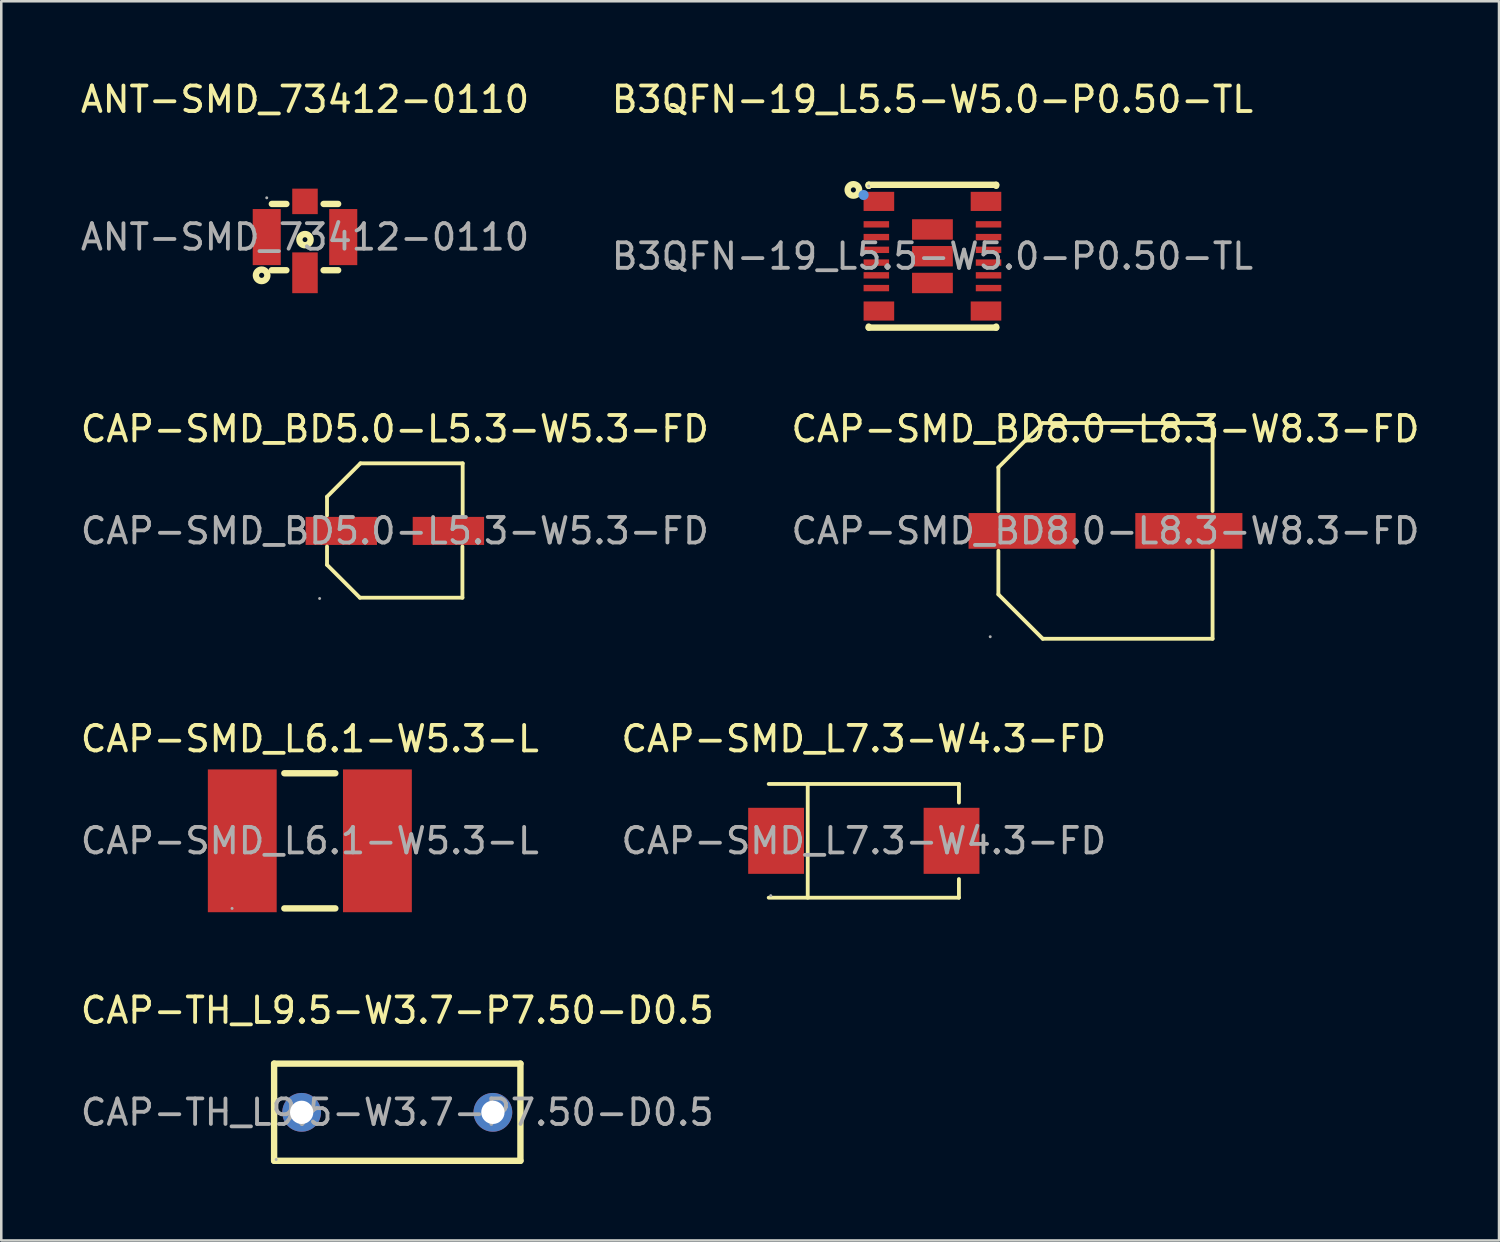
<source format=kicad_pcb>
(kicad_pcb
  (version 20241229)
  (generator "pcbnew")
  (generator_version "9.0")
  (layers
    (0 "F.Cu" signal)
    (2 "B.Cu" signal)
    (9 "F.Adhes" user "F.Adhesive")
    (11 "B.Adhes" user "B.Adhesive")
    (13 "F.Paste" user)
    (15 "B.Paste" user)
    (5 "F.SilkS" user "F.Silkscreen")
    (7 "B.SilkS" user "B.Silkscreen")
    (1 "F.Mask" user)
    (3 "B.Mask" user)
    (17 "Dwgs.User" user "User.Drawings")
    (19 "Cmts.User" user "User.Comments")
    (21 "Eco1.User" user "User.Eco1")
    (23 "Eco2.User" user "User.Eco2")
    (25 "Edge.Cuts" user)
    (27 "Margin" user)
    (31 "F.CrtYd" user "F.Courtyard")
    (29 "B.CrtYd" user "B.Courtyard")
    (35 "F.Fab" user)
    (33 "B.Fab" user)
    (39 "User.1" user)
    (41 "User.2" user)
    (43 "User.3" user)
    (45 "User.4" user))
  (footprint "CAP-SMD_BD8.0-L8.3-W8.3-FD"
    (layer "F.Cu")
    (at 40.304 17.771)
    (property "Reference" "CAP-SMD_BD8.0-L8.3-W8.3-FD" (at 0 -4 0) (layer "F.SilkS") (effects (font (size 1 1) (thickness 0.15))))
    (attr smd)
    (fp_line (start -4.2 -2.49) (end -4.2 -0.78) (stroke (width 0.15) (type solid)) (layer "F.SilkS"))
    (fp_line (start -4.2 2.49) (end -4.2 0.78) (stroke (width 0.15) (type solid)) (layer "F.SilkS"))
    (fp_line (start -2.46 -4.23) (end -4.2 -2.49) (stroke (width 0.15) (type solid)) (layer "F.SilkS"))
    (fp_line (start -2.46 4.23) (end -4.2 2.49) (stroke (width 0.15) (type solid)) (layer "F.SilkS"))
    (fp_line (start 4.2 -4.23) (end -2.46 -4.23) (stroke (width 0.15) (type solid)) (layer "F.SilkS"))
    (fp_line (start 4.2 -0.78) (end 4.2 -4.23) (stroke (width 0.15) (type solid)) (layer "F.SilkS"))
    (fp_line (start 4.2 0.78) (end 4.2 4.23) (stroke (width 0.15) (type solid)) (layer "F.SilkS"))
    (fp_line (start 4.2 4.23) (end -2.46 4.23) (stroke (width 0.15) (type solid)) (layer "F.SilkS"))
    (fp_circle (center -4.52 4.15) (end -4.49 4.15) (stroke (width 0.06) (type solid)) (fill no) (layer "F.Fab"))
    (fp_text user "${REFERENCE}" (at 0 0 0) (layer "F.Fab") (effects (font (size 1 1) (thickness 0.15))))
    (pad "1" smd rect (at -3.27 0) (size 4.2 1.4) (layers "F.Cu" "F.Mask" "F.Paste"))
    (pad "2" smd rect (at 3.27 0) (size 4.2 1.4) (layers "F.Cu" "F.Mask" "F.Paste")))
  (footprint "CAP-SMD_BD5.0-L5.3-W5.3-FD"
    (layer "F.Cu")
    (at 12.435 17.771)
    (property "Reference" "CAP-SMD_BD5.0-L5.3-W5.3-FD" (at 0 -4 0) (layer "F.SilkS") (effects (font (size 1 1) (thickness 0.15))))
    (attr smd)
    (fp_line (start -2.66 -1.34) (end -2.66 -0.61) (stroke (width 0.15) (type solid)) (layer "F.SilkS"))
    (fp_line (start -2.66 1.33) (end -2.66 0.61) (stroke (width 0.15) (type solid)) (layer "F.SilkS"))
    (fp_line (start -1.37 2.62) (end -2.66 1.33) (stroke (width 0.15) (type solid)) (layer "F.SilkS"))
    (fp_line (start -1.35 -2.65) (end -2.66 -1.34) (stroke (width 0.15) (type solid)) (layer "F.SilkS"))
    (fp_line (start 2.65 0.61) (end 2.65 2.62) (stroke (width 0.15) (type solid)) (layer "F.SilkS"))
    (fp_line (start 2.65 2.62) (end -1.37 2.62) (stroke (width 0.15) (type solid)) (layer "F.SilkS"))
    (fp_line (start 2.66 -2.65) (end -1.35 -2.65) (stroke (width 0.15) (type solid)) (layer "F.SilkS"))
    (fp_line (start 2.66 -0.61) (end 2.66 -2.65) (stroke (width 0.15) (type solid)) (layer "F.SilkS"))
    (fp_circle (center -2.95 2.65) (end -2.92 2.65) (stroke (width 0.06) (type solid)) (fill no) (layer "F.Fab"))
    (fp_text user "${REFERENCE}" (at 0 0 0) (layer "F.Fab") (effects (font (size 1 1) (thickness 0.15))))
    (pad "1" smd rect (at -2.1 0) (size 2.8 1.1) (layers "F.Cu" "F.Mask" "F.Paste"))
    (pad "2" smd rect (at 2.1 0) (size 2.8 1.1) (layers "F.Cu" "F.Mask" "F.Paste")))
  (footprint "CAP-TH_L9.5-W3.7-P7.50-D0.5"
    (layer "F.Cu")
    (at 12.53 40.573)
    (property "Reference" "CAP-TH_L9.5-W3.7-P7.50-D0.5" (at 0 -4 0) (layer "F.SilkS") (effects (font (size 1 1) (thickness 0.15))))
    (attr through_hole)
    (fp_line (start -4.83 -1.91) (end -4.83 1.9) (stroke (width 0.25) (type solid)) (layer "F.SilkS"))
    (fp_line (start -4.83 1.9) (end 4.83 1.9) (stroke (width 0.25) (type solid)) (layer "F.SilkS"))
    (fp_line (start 4.83 -1.91) (end -4.83 -1.91) (stroke (width 0.25) (type solid)) (layer "F.SilkS"))
    (fp_line (start 4.83 1.9) (end 4.83 -1.91) (stroke (width 0.25) (type solid)) (layer "F.SilkS"))
    (fp_circle (center -4.75 1.85) (end -4.72 1.85) (stroke (width 0.06) (type solid)) (fill no) (layer "F.Fab"))
    (fp_circle (center -3.75 0) (end -3.63 0) (stroke (width 0.25) (type solid)) (fill no) (layer "F.Fab"))
    (fp_circle (center 3.75 0) (end 3.87 0) (stroke (width 0.25) (type solid)) (fill no) (layer "F.Fab"))
    (fp_text user "${REFERENCE}" (at 0 0 0) (layer "F.Fab") (effects (font (size 1 1) (thickness 0.15))))
    (pad "1" thru_hole circle (at -3.75 0) (size 1.52 1.52) (drill 0.914) (layers "*.Cu" "*.Mask"))
    (pad "2" thru_hole circle (at 3.75 0) (size 1.52 1.52) (drill 0.914) (layers "*.Cu" "*.Mask")))
  (footprint "CAP-SMD_L7.3-W4.3-FD"
    (layer "F.Cu")
    (at 30.827 29.925)
    (property "Reference" "CAP-SMD_L7.3-W4.3-FD" (at 0 -4 0) (layer "F.SilkS") (effects (font (size 1 1) (thickness 0.15))))
    (attr smd)
    (fp_line (start -3.73 -2.23) (end 3.73 -2.23) (stroke (width 0.15) (type solid)) (layer "F.SilkS"))
    (fp_line (start -3.73 2.23) (end 3.73 2.23) (stroke (width 0.15) (type solid)) (layer "F.SilkS"))
    (fp_line (start -2.2 -2.23) (end -2.2 2.23) (stroke (width 0.15) (type solid)) (layer "F.SilkS"))
    (fp_line (start 3.73 -2.23) (end 3.73 -1.5) (stroke (width 0.15) (type solid)) (layer "F.SilkS"))
    (fp_line (start 3.73 2.23) (end 3.73 1.5) (stroke (width 0.15) (type solid)) (layer "F.SilkS"))
    (fp_circle (center -3.65 2.15) (end -3.62 2.15) (stroke (width 0.06) (type solid)) (fill no) (layer "F.Fab"))
    (fp_text user "${REFERENCE}" (at 0 0 0) (layer "F.Fab") (effects (font (size 1 1) (thickness 0.15))))
    (pad "1" smd rect (at -3.44 0 180) (size 2.19 2.59) (layers "F.Cu" "F.Mask" "F.Paste"))
    (pad "2" smd rect (at 3.44 0 180) (size 2.19 2.59) (layers "F.Cu" "F.Mask" "F.Paste")))
  (footprint "ANT-SMD_73412-0110"
    (layer "F.Cu")
    (at 8.911 6.248)
    (property "Reference" "ANT-SMD_73412-0110" (at 0 -5.4 0) (layer "F.SilkS") (effects (font (size 1 1) (thickness 0.15))))
    (attr smd)
    (fp_line (start -1.3 -1.3) (end -0.73 -1.3) (stroke (width 0.25) (type solid)) (layer "F.SilkS"))
    (fp_line (start -0.73 1.3) (end -1.3 1.3) (stroke (width 0.25) (type solid)) (layer "F.SilkS"))
    (fp_line (start 0.73 -1.3) (end 1.3 -1.3) (stroke (width 0.25) (type solid)) (layer "F.SilkS"))
    (fp_line (start 1.3 1.3) (end 0.73 1.3) (stroke (width 0.25) (type solid)) (layer "F.SilkS"))
    (fp_circle (center -1.7 1.5) (end -1.6 1.5) (stroke (width 0.25) (type solid)) (fill no) (layer "F.SilkS"))
    (fp_circle (center 0 0.1) (end 0.22 0.1) (stroke (width 0.25) (type solid)) (fill no) (layer "F.SilkS"))
    (fp_circle (center -1.5 -1.54) (end -1.47 -1.54) (stroke (width 0.06) (type solid)) (fill no) (layer "F.Fab"))
    (fp_text user "${REFERENCE}" (at 0 0 0) (layer "F.Fab") (effects (font (size 1 1) (thickness 0.15))))
    (pad "1" smd rect (at -1.5 0 270) (size 2.2 1.1) (layers "F.Cu" "F.Mask" "F.Paste"))
    (pad "2" smd rect (at 0 1.4 270) (size 1.6 1) (layers "F.Cu" "F.Mask" "F.Paste"))
    (pad "3" smd rect (at 1.5 0 270) (size 2.2 1.1) (layers "F.Cu" "F.Mask" "F.Paste"))
    (pad "4" smd rect (at 0 -1.4 270) (size 1 1) (layers "F.Cu" "F.Mask" "F.Paste")))
  (footprint "CAP-SMD_L6.1-W5.3-L"
    (layer "F.Cu")
    (at 9.101 29.925)
    (property "Reference" "CAP-SMD_L6.1-W5.3-L" (at 0 -4 0) (layer "F.SilkS") (effects (font (size 1 1) (thickness 0.15))))
    (attr smd)
    (fp_line (start -1 -2.65) (end 1 -2.65) (stroke (width 0.25) (type solid)) (layer "F.SilkS"))
    (fp_line (start -1 2.65) (end 1 2.65) (stroke (width 0.25) (type solid)) (layer "F.SilkS"))
    (fp_circle (center -3.05 2.65) (end -3.02 2.65) (stroke (width 0.06) (type solid)) (fill no) (layer "F.Fab"))
    (fp_text user "${REFERENCE}" (at 0 0 0) (layer "F.Fab") (effects (font (size 1 1) (thickness 0.15))))
    (pad "1" smd rect (at -2.65 0) (size 2.7 5.6) (layers "F.Cu" "F.Mask" "F.Paste"))
    (pad "2" smd rect (at 2.65 0) (size 2.7 5.6) (layers "F.Cu" "F.Mask" "F.Paste")))
  (footprint "B3QFN-19_L5.5-W5.0-P0.50-TL"
    (layer "F.Cu")
    (at 33.518 6.998)
    (property "Reference" "B3QFN-19_L5.5-W5.0-P0.50-TL" (at 0 -6.15 0) (layer "F.SilkS") (effects (font (size 1 1) (thickness 0.15))))
    (attr smd)
    (fp_line (start -2.5 -2.8) (end 2.5 -2.8) (stroke (width 0.25) (type solid)) (layer "F.SilkS"))
    (fp_line (start -2.5 -2.76) (end -2.5 -2.8) (stroke (width 0.25) (type solid)) (layer "F.SilkS"))
    (fp_line (start -2.5 -2.76) (end -2.5 -2.8) (stroke (width 0.25) (type solid)) (layer "F.SilkS"))
    (fp_line (start -2.5 2.8) (end -2.5 2.76) (stroke (width 0.25) (type solid)) (layer "F.SilkS"))
    (fp_line (start 2.5 -2.8) (end 2.5 -2.76) (stroke (width 0.25) (type solid)) (layer "F.SilkS"))
    (fp_line (start 2.5 2.76) (end 2.5 2.8) (stroke (width 0.25) (type solid)) (layer "F.SilkS"))
    (fp_line (start 2.5 2.8) (end -2.5 2.8) (stroke (width 0.25) (type solid)) (layer "F.SilkS"))
    (fp_circle (center -3.1 -2.6) (end -3 -2.6) (stroke (width 0.25) (type solid)) (fill no) (layer "F.SilkS"))
    (fp_circle (center -2.7 -2.4) (end -2.6 -2.4) (stroke (width 0.2) (type solid)) (fill no) (layer "Cmts.User"))
    (fp_circle (center -2.5 -2.75) (end -2.47 -2.75) (stroke (width 0.06) (type solid)) (fill no) (layer "F.Fab"))
    (fp_text user "${REFERENCE}" (at 0 0 0) (layer "F.Fab") (effects (font (size 1 1) (thickness 0.15))))
    (pad "1" smd rect (at -2.1 -2.15) (size 1.2 0.75) (layers "F.Cu" "F.Mask" "F.Paste"))
    (pad "2" smd rect (at -2.2 -1.25) (size 1 0.25) (layers "F.Cu" "F.Mask" "F.Paste"))
    (pad "3" smd rect (at -2.2 -0.75) (size 1 0.25) (layers "F.Cu" "F.Mask" "F.Paste"))
    (pad "4" smd rect (at -2.2 -0.25) (size 1 0.25) (layers "F.Cu" "F.Mask" "F.Paste"))
    (pad "5" smd rect (at -2.2 0.25) (size 1 0.25) (layers "F.Cu" "F.Mask" "F.Paste"))
    (pad "6" smd rect (at -2.2 0.75) (size 1 0.25) (layers "F.Cu" "F.Mask" "F.Paste"))
    (pad "7" smd rect (at -2.2 1.25) (size 1 0.25) (layers "F.Cu" "F.Mask" "F.Paste"))
    (pad "8" smd rect (at -2.1 2.15) (size 1.2 0.75) (layers "F.Cu" "F.Mask" "F.Paste"))
    (pad "9" smd rect (at 2.1 2.15) (size 1.2 0.75) (layers "F.Cu" "F.Mask" "F.Paste"))
    (pad "10" smd rect (at 2.2 1.25) (size 1 0.25) (layers "F.Cu" "F.Mask" "F.Paste"))
    (pad "11" smd rect (at 2.2 0.75) (size 1 0.25) (layers "F.Cu" "F.Mask" "F.Paste"))
    (pad "12" smd rect (at 2.2 0.25) (size 1 0.25) (layers "F.Cu" "F.Mask" "F.Paste"))
    (pad "13" smd rect (at 2.2 -0.25) (size 1 0.25) (layers "F.Cu" "F.Mask" "F.Paste"))
    (pad "14" smd rect (at 2.2 -0.75) (size 1 0.25) (layers "F.Cu" "F.Mask" "F.Paste"))
    (pad "15" smd rect (at 2.2 -1.25) (size 1 0.25) (layers "F.Cu" "F.Mask" "F.Paste"))
    (pad "16" smd rect (at 2.1 -2.15) (size 1.2 0.75) (layers "F.Cu" "F.Mask" "F.Paste"))
    (pad "17" smd rect (at 0 -1.05) (size 1.6 0.8) (layers "F.Cu" "F.Mask" "F.Paste"))
    (pad "18" smd rect (at 0 0) (size 1.6 0.8) (layers "F.Cu" "F.Mask" "F.Paste"))
    (pad "19" smd rect (at 0 1.05) (size 1.6 0.8) (layers "F.Cu" "F.Mask" "F.Paste")))
  (gr_rect
    (start -3 -3)
    (end 55.738 45.598)
    (stroke (width 0.1) (type default))
    (fill no)
    (layer "Edge.Cuts")))
</source>
